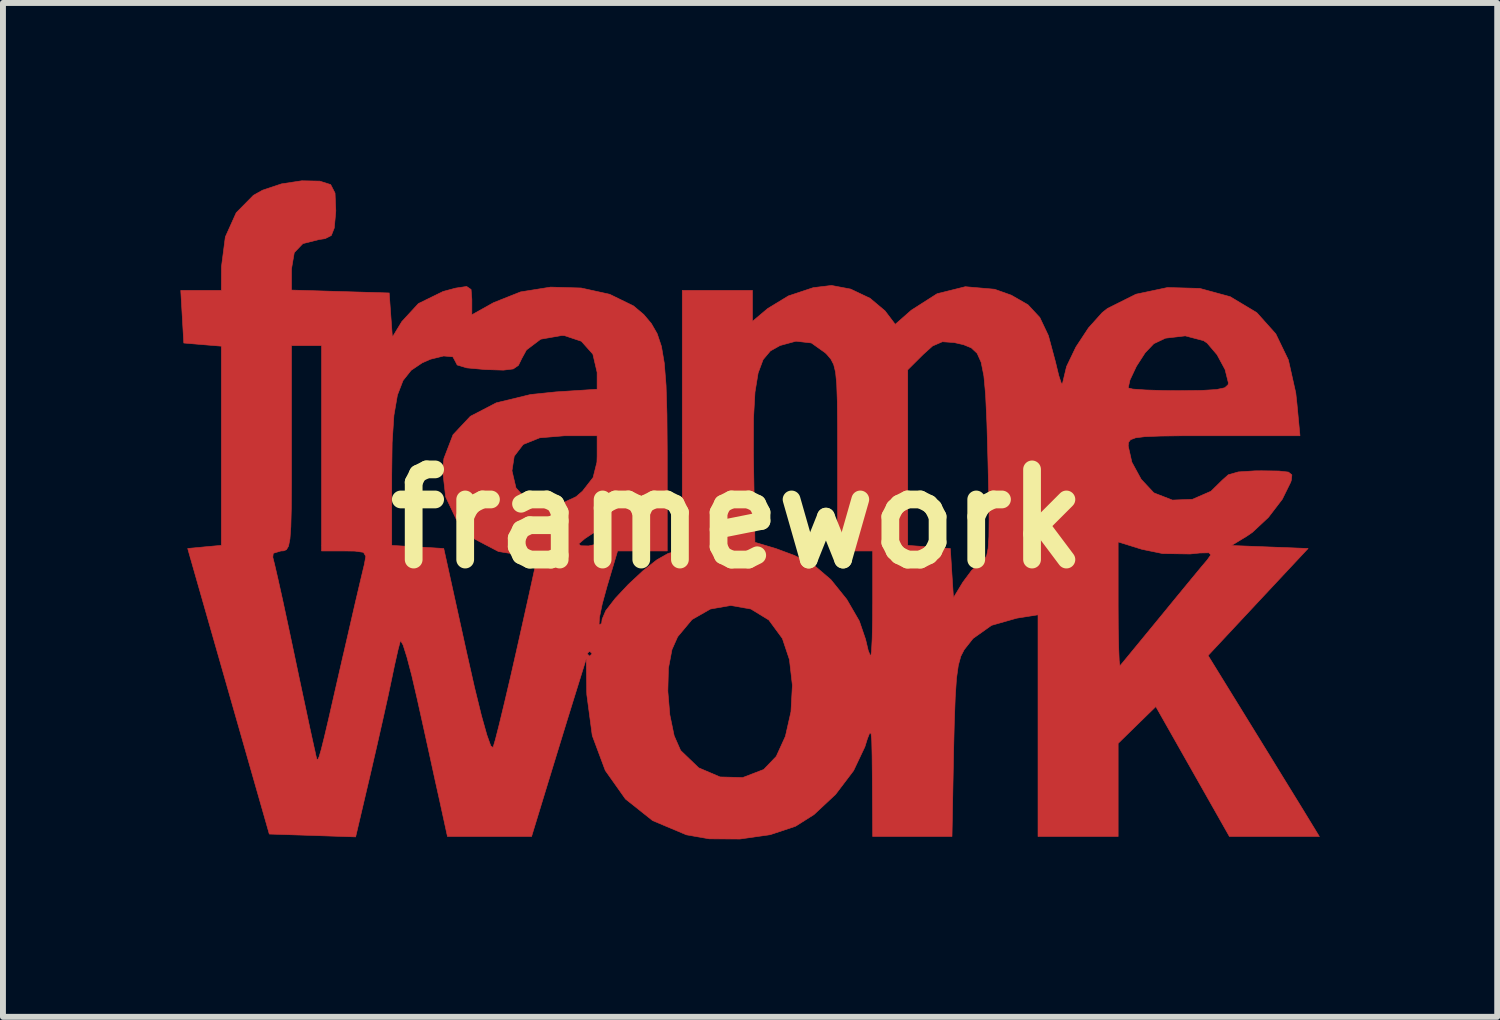
<source format=kicad_pcb>
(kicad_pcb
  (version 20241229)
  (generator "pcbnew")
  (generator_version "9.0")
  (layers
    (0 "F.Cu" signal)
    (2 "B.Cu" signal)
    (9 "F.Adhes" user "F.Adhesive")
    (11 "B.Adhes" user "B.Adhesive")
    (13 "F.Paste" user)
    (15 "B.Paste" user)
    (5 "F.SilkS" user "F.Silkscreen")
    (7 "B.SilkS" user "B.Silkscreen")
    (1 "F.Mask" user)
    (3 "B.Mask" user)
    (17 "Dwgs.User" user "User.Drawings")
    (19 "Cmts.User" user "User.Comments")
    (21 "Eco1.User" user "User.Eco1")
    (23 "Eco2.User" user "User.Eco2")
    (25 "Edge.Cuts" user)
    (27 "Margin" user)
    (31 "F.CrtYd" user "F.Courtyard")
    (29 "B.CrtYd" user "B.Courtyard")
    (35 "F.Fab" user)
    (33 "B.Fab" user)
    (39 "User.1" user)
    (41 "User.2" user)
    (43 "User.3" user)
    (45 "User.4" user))
  (footprint "framework"
    (layer "F.Cu")
    (at 9.42 5.717)
    (property "Reference" "framework" (at 0 0 0) (layer "F.SilkS") (effects (font (size 1.524 1.524) (thickness 0.3))))
    (attr through_hole)
    (fp_poly (pts (xy -7.066 -5.706) (xy -6.882 -5.648) (xy -6.808 -5.504) (xy -6.795 -5.205) (xy -6.798 -5.163) (xy -6.821 -4.914) (xy -6.871 -4.787) (xy -6.976 -4.734) (xy -7.078 -4.719) (xy -7.352 -4.65) (xy -7.497 -4.498) (xy -7.543 -4.229) (xy -7.544 -4.19) (xy -7.544 -3.865) (xy -5.893 -3.816) (xy -5.866 -3.443) (xy -5.839 -3.07) (xy -5.679 -3.333) (xy -5.399 -3.637) (xy -4.983 -3.841) (xy -4.771 -3.898) (xy -4.584 -3.926) (xy -4.509 -3.875) (xy -4.496 -3.708) (xy -4.496 -3.702) (xy -4.496 -3.447) (xy -4.128 -3.653) (xy -3.673 -3.834) (xy -3.165 -3.915) (xy -2.649 -3.9) (xy -2.167 -3.794) (xy -1.765 -3.598) (xy -1.592 -3.453) (xy -1.463 -3.3) (xy -1.364 -3.128) (xy -1.292 -2.913) (xy -1.244 -2.63) (xy -1.214 -2.255) (xy -1.199 -1.763) (xy -1.194 -1.129) (xy -1.194 -1.044) (xy -1.194 0.544) (xy -2.033 0.544) (xy -2.212 1.145) (xy -2.293 1.441) (xy -2.34 1.67) (xy -2.346 1.789) (xy -2.343 1.794) (xy -2.303 1.768) (xy -2.294 1.696) (xy -2.233 1.553) (xy -2.073 1.346) (xy -1.851 1.109) (xy -1.605 0.88) (xy -1.37 0.694) (xy -1.185 0.589) (xy -1.161 0.581) (xy -0.94 0.526) (xy -0.94 -1.113) (xy 0.262 -1.113) (xy 0.265 -0.923) (xy 0.288 0.398) (xy 0.641 0.503) (xy 0.951 0.618) (xy 1.252 0.767) (xy 1.292 0.79) (xy 1.571 1.028) (xy 1.84 1.362) (xy 2.052 1.728) (xy 2.158 2.038) (xy 2.203 2.228) (xy 2.241 2.32) (xy 2.245 2.322) (xy 2.258 2.243) (xy 2.269 2.03) (xy 2.276 1.717) (xy 2.277 1.455) (xy 6.426 1.455) (xy 6.428 1.853) (xy 6.435 2.178) (xy 6.444 2.399) (xy 6.456 2.485) (xy 6.457 2.484) (xy 6.52 2.409) (xy 6.668 2.229) (xy 6.88 1.971) (xy 7.134 1.662) (xy 7.148 1.645) (xy 7.414 1.32) (xy 7.651 1.032) (xy 7.832 0.813) (xy 7.932 0.695) (xy 7.992 0.61) (xy 7.96 0.575) (xy 7.808 0.578) (xy 7.643 0.595) (xy 7.178 0.588) (xy 6.828 0.516) (xy 6.426 0.391) (xy 6.426 1.455) (xy 2.277 1.455) (xy 2.278 1.433) (xy 2.278 0.544) (xy 1.685 0.544) (xy 1.685 -1.026) (xy 1.684 -1.578) (xy 1.68 -1.986) (xy 1.67 -2.276) (xy 1.651 -2.474) (xy 1.641 -2.517) (xy 2.87 -2.517) (xy 2.87 0.45) (xy 3.59 0.502) (xy 3.616 0.918) (xy 3.643 1.334) (xy 3.802 1.071) (xy 3.952 0.87) (xy 4.103 0.734) (xy 4.115 0.727) (xy 4.167 0.688) (xy 4.205 0.62) (xy 4.229 0.499) (xy 4.242 0.302) (xy 4.245 0.007) (xy 4.239 -0.409) (xy 4.226 -0.971) (xy 4.225 -1.011) (xy 4.208 -1.619) (xy 4.187 -2.079) (xy 4.176 -2.21) (xy 6.596 -2.21) (xy 6.674 -2.192) (xy 6.886 -2.177) (xy 7.196 -2.167) (xy 7.442 -2.165) (xy 7.835 -2.169) (xy 8.087 -2.184) (xy 8.227 -2.214) (xy 8.283 -2.264) (xy 8.289 -2.297) (xy 8.233 -2.522) (xy 8.098 -2.772) (xy 7.931 -2.968) (xy 7.87 -3.01) (xy 7.56 -3.091) (xy 7.226 -3.052) (xy 7.029 -2.959) (xy 6.883 -2.806) (xy 6.735 -2.577) (xy 6.626 -2.346) (xy 6.596 -2.21) (xy 4.176 -2.21) (xy 4.157 -2.414) (xy 4.111 -2.645) (xy 4.043 -2.796) (xy 3.945 -2.888) (xy 3.813 -2.942) (xy 3.656 -2.978) (xy 3.456 -2.992) (xy 3.29 -2.92) (xy 3.128 -2.774) (xy 2.87 -2.517) (xy 1.641 -2.517) (xy 1.619 -2.606) (xy 1.572 -2.697) (xy 1.507 -2.774) (xy 1.477 -2.804) (xy 1.242 -2.971) (xy 0.981 -3.001) (xy 0.713 -2.928) (xy 0.549 -2.836) (xy 0.426 -2.689) (xy 0.342 -2.464) (xy 0.289 -2.141) (xy 0.264 -1.697) (xy 0.262 -1.113) (xy -0.94 -1.113) (xy -0.94 -3.859) (xy 0.246 -3.859) (xy 0.246 -3.336) (xy 0.502 -3.552) (xy 0.853 -3.766) (xy 1.274 -3.906) (xy 1.582 -3.943) (xy 1.905 -3.882) (xy 2.234 -3.726) (xy 2.485 -3.515) (xy 2.5 -3.496) (xy 2.659 -3.286) (xy 2.931 -3.525) (xy 3.366 -3.803) (xy 3.843 -3.922) (xy 4.338 -3.879) (xy 4.62 -3.779) (xy 4.902 -3.617) (xy 5.102 -3.402) (xy 5.247 -3.097) (xy 5.364 -2.662) (xy 5.364 -2.662) (xy 5.423 -2.419) (xy 5.467 -2.286) (xy 5.488 -2.291) (xy 5.488 -2.297) (xy 5.554 -2.573) (xy 5.712 -2.902) (xy 5.925 -3.226) (xy 6.157 -3.484) (xy 6.245 -3.554) (xy 6.727 -3.795) (xy 7.261 -3.908) (xy 7.806 -3.893) (xy 8.32 -3.753) (xy 8.762 -3.488) (xy 8.776 -3.476) (xy 9.09 -3.125) (xy 9.303 -2.684) (xy 9.428 -2.126) (xy 9.448 -1.941) (xy 9.499 -1.403) (xy 8.047 -1.403) (xy 7.52 -1.403) (xy 7.139 -1.398) (xy 6.88 -1.388) (xy 6.72 -1.368) (xy 6.635 -1.336) (xy 6.601 -1.29) (xy 6.596 -1.23) (xy 6.658 -0.956) (xy 6.815 -0.668) (xy 7.023 -0.445) (xy 7.037 -0.435) (xy 7.343 -0.316) (xy 7.681 -0.329) (xy 7.994 -0.465) (xy 8.188 -0.655) (xy 8.288 -0.744) (xy 8.458 -0.792) (xy 8.74 -0.81) (xy 8.85 -0.811) (xy 9.144 -0.807) (xy 9.304 -0.789) (xy 9.362 -0.742) (xy 9.353 -0.653) (xy 9.343 -0.62) (xy 9.2 -0.33) (xy 8.965 -0.023) (xy 8.694 0.23) (xy 8.602 0.293) (xy 8.341 0.452) (xy 8.989 0.477) (xy 9.636 0.502) (xy 8.791 1.406) (xy 7.946 2.311) (xy 8.693 3.523) (xy 8.958 3.953) (xy 9.206 4.357) (xy 9.418 4.701) (xy 9.574 4.955) (xy 9.633 5.052) (xy 9.827 5.37) (xy 8.307 5.37) (xy 7.063 3.174) (xy 6.744 3.485) (xy 6.426 3.796) (xy 6.426 5.37) (xy 5.072 5.37) (xy 5.072 1.623) (xy 4.712 1.68) (xy 4.287 1.801) (xy 3.974 2.023) (xy 3.824 2.213) (xy 3.767 2.324) (xy 3.725 2.477) (xy 3.694 2.698) (xy 3.673 3.015) (xy 3.657 3.453) (xy 3.646 3.905) (xy 3.618 5.37) (xy 2.278 5.37) (xy 2.272 4.417) (xy 2.268 4.007) (xy 2.262 3.75) (xy 2.25 3.627) (xy 2.227 3.621) (xy 2.189 3.716) (xy 2.146 3.854) (xy 1.955 4.257) (xy 1.651 4.658) (xy 1.285 5) (xy 0.975 5.196) (xy 0.546 5.339) (xy 0.034 5.412) (xy -0.483 5.409) (xy -0.871 5.341) (xy -1.441 5.101) (xy -1.9 4.736) (xy -2.241 4.254) (xy -2.461 3.664) (xy -2.553 2.973) (xy -2.555 2.915) (xy -1.184 2.915) (xy -1.15 3.315) (xy -1.077 3.667) (xy -0.969 3.913) (xy -0.966 3.917) (xy -0.662 4.209) (xy -0.301 4.363) (xy 0.082 4.373) (xy 0.436 4.237) (xy 0.648 4.016) (xy 0.803 3.676) (xy 0.897 3.261) (xy 0.921 2.814) (xy 0.871 2.379) (xy 0.752 2.023) (xy 0.522 1.71) (xy 0.219 1.525) (xy -0.121 1.465) (xy -0.464 1.525) (xy -0.775 1.703) (xy -1.018 1.994) (xy -1.114 2.21) (xy -1.174 2.527) (xy -1.184 2.915) (xy -2.555 2.915) (xy -2.555 2.88) (xy -2.562 2.364) (xy -2.773 3.042) (xy -2.897 3.442) (xy -3.044 3.921) (xy -3.189 4.394) (xy -3.235 4.544) (xy -3.487 5.37) (xy -4.908 5.37) (xy -5.042 4.756) (xy -5.115 4.428) (xy -5.21 3.992) (xy -5.317 3.506) (xy -5.42 3.042) (xy -5.511 2.65) (xy -5.593 2.338) (xy -5.658 2.133) (xy -5.699 2.061) (xy -5.705 2.068) (xy -5.744 2.216) (xy -5.801 2.469) (xy -5.85 2.703) (xy -5.91 2.987) (xy -5.998 3.383) (xy -6.101 3.838) (xy -6.206 4.294) (xy -6.46 5.376) (xy -7.919 5.328) (xy -9.256 0.65) (xy -7.86 0.65) (xy -7.831 0.764) (xy -7.773 1.015) (xy -7.693 1.374) (xy -7.599 1.812) (xy -7.509 2.237) (xy -7.405 2.731) (xy -7.309 3.18) (xy -7.23 3.552) (xy -7.172 3.816) (xy -7.146 3.931) (xy -7.13 4.006) (xy -7.117 4.059) (xy -7.101 4.071) (xy -7.078 4.024) (xy -7.042 3.902) (xy -6.988 3.686) (xy -6.911 3.359) (xy -6.807 2.902) (xy -6.669 2.299) (xy -6.664 2.28) (xy -6.558 1.819) (xy -6.462 1.401) (xy -6.382 1.061) (xy -6.328 0.834) (xy -6.314 0.777) (xy -6.288 0.635) (xy -6.328 0.567) (xy -6.473 0.546) (xy -6.646 0.544) (xy -7.036 0.544) (xy -7.036 -0.739) (xy -5.85 -0.739) (xy -5.85 0.45) (xy -5.411 0.476) (xy -4.971 0.502) (xy -4.585 2.256) (xy -4.45 2.854) (xy -4.335 3.323) (xy -4.242 3.654) (xy -4.176 3.838) (xy -4.138 3.865) (xy -4.1 3.738) (xy -4.033 3.475) (xy -3.944 3.106) (xy -3.839 2.659) (xy -3.753 2.28) (xy -2.548 2.28) (xy -2.506 2.322) (xy -2.464 2.28) (xy -2.506 2.237) (xy -2.548 2.28) (xy -3.753 2.28) (xy -3.736 2.205) (xy -3.628 1.723) (xy -3.534 1.301) (xy -3.46 0.965) (xy -3.412 0.742) (xy -3.395 0.66) (xy -3.467 0.635) (xy -3.576 0.629) (xy -4.047 0.553) (xy -4.292 0.425) (xy -2.691 0.425) (xy -2.655 0.456) (xy -2.522 0.459) (xy -2.34 0.418) (xy -2.294 0.332) (xy -2.33 0.222) (xy -2.446 0.242) (xy -2.586 0.335) (xy -2.691 0.425) (xy -4.292 0.425) (xy -4.445 0.344) (xy -4.75 0.028) (xy -4.939 -0.371) (xy -4.989 -0.811) (xy -3.818 -0.811) (xy -3.75 -0.522) (xy -3.569 -0.323) (xy -3.314 -0.225) (xy -3.023 -0.238) (xy -2.735 -0.373) (xy -2.627 -0.466) (xy -2.447 -0.697) (xy -2.382 -0.957) (xy -2.379 -1.058) (xy -2.379 -1.403) (xy -2.929 -1.403) (xy -3.35 -1.368) (xy -3.628 -1.256) (xy -3.78 -1.057) (xy -3.818 -0.811) (xy -4.989 -0.811) (xy -4.991 -0.826) (xy -4.968 -1.02) (xy -4.814 -1.42) (xy -4.521 -1.732) (xy -4.084 -1.959) (xy -3.503 -2.1) (xy -3.078 -2.144) (xy -2.379 -2.189) (xy -2.379 -2.474) (xy -2.451 -2.782) (xy -2.645 -3) (xy -2.93 -3.095) (xy -2.977 -3.097) (xy -3.332 -3.035) (xy -3.573 -2.853) (xy -3.653 -2.707) (xy -3.709 -2.592) (xy -3.797 -2.532) (xy -3.962 -2.512) (xy -4.248 -2.521) (xy -4.262 -2.521) (xy -4.581 -2.55) (xy -4.744 -2.599) (xy -4.771 -2.652) (xy -4.817 -2.737) (xy -4.972 -2.751) (xy -5.193 -2.697) (xy -5.335 -2.635) (xy -5.522 -2.509) (xy -5.659 -2.336) (xy -5.754 -2.09) (xy -5.813 -1.748) (xy -5.843 -1.285) (xy -5.85 -0.739) (xy -7.036 -0.739) (xy -7.036 -2.927) (xy -7.544 -2.927) (xy -7.544 -1.192) (xy -7.544 -0.609) (xy -7.547 -0.174) (xy -7.555 0.136) (xy -7.57 0.34) (xy -7.594 0.462) (xy -7.629 0.522) (xy -7.677 0.542) (xy -7.722 0.544) (xy -7.852 0.583) (xy -7.86 0.65) (xy -9.256 0.65) (xy -9.298 0.502) (xy -9.014 0.475) (xy -8.729 0.449) (xy -8.729 -2.917) (xy -9.047 -2.943) (xy -9.364 -2.97) (xy -9.415 -3.859) (xy -8.729 -3.859) (xy -8.727 -4.261) (xy -8.662 -4.763) (xy -8.478 -5.172) (xy -8.187 -5.467) (xy -8.033 -5.553) (xy -7.712 -5.66) (xy -7.369 -5.712) (xy -7.066 -5.706)) (stroke (width 0.01) (type solid)) (fill yes) (layer "F.Cu"))
    (fp_poly (pts (xy -7.066 -5.706) (xy -6.882 -5.648) (xy -6.808 -5.504) (xy -6.795 -5.205) (xy -6.798 -5.163) (xy -6.821 -4.914) (xy -6.871 -4.787) (xy -6.976 -4.734) (xy -7.078 -4.719) (xy -7.352 -4.65) (xy -7.497 -4.498) (xy -7.543 -4.229) (xy -7.544 -4.19) (xy -7.544 -3.865) (xy -5.893 -3.816) (xy -5.866 -3.443) (xy -5.839 -3.07) (xy -5.679 -3.333) (xy -5.399 -3.637) (xy -4.983 -3.841) (xy -4.771 -3.898) (xy -4.584 -3.926) (xy -4.509 -3.875) (xy -4.496 -3.708) (xy -4.496 -3.702) (xy -4.496 -3.447) (xy -4.128 -3.653) (xy -3.673 -3.834) (xy -3.165 -3.915) (xy -2.649 -3.9) (xy -2.167 -3.794) (xy -1.765 -3.598) (xy -1.592 -3.453) (xy -1.463 -3.3) (xy -1.364 -3.128) (xy -1.292 -2.913) (xy -1.244 -2.63) (xy -1.214 -2.255) (xy -1.199 -1.763) (xy -1.194 -1.129) (xy -1.194 -1.044) (xy -1.194 0.544) (xy -2.033 0.544) (xy -2.212 1.145) (xy -2.293 1.441) (xy -2.34 1.67) (xy -2.346 1.789) (xy -2.343 1.794) (xy -2.303 1.768) (xy -2.294 1.696) (xy -2.233 1.553) (xy -2.073 1.346) (xy -1.851 1.109) (xy -1.605 0.88) (xy -1.37 0.694) (xy -1.185 0.589) (xy -1.161 0.581) (xy -0.94 0.526) (xy -0.94 -1.113) (xy 0.262 -1.113) (xy 0.265 -0.923) (xy 0.288 0.398) (xy 0.641 0.503) (xy 0.951 0.618) (xy 1.252 0.767) (xy 1.292 0.79) (xy 1.571 1.028) (xy 1.84 1.362) (xy 2.052 1.728) (xy 2.158 2.038) (xy 2.203 2.228) (xy 2.241 2.32) (xy 2.245 2.322) (xy 2.258 2.243) (xy 2.269 2.03) (xy 2.276 1.717) (xy 2.277 1.455) (xy 6.426 1.455) (xy 6.428 1.853) (xy 6.435 2.178) (xy 6.444 2.399) (xy 6.456 2.485) (xy 6.457 2.484) (xy 6.52 2.409) (xy 6.668 2.229) (xy 6.88 1.971) (xy 7.134 1.662) (xy 7.148 1.645) (xy 7.414 1.32) (xy 7.651 1.032) (xy 7.832 0.813) (xy 7.932 0.695) (xy 7.992 0.61) (xy 7.96 0.575) (xy 7.808 0.578) (xy 7.643 0.595) (xy 7.178 0.588) (xy 6.828 0.516) (xy 6.426 0.391) (xy 6.426 1.455) (xy 2.277 1.455) (xy 2.278 1.433) (xy 2.278 0.544) (xy 1.685 0.544) (xy 1.685 -1.026) (xy 1.684 -1.578) (xy 1.68 -1.986) (xy 1.67 -2.276) (xy 1.651 -2.474) (xy 1.641 -2.517) (xy 2.87 -2.517) (xy 2.87 0.45) (xy 3.59 0.502) (xy 3.616 0.918) (xy 3.643 1.334) (xy 3.802 1.071) (xy 3.952 0.87) (xy 4.103 0.734) (xy 4.115 0.727) (xy 4.167 0.688) (xy 4.205 0.62) (xy 4.229 0.499) (xy 4.242 0.302) (xy 4.245 0.007) (xy 4.239 -0.409) (xy 4.226 -0.971) (xy 4.225 -1.011) (xy 4.208 -1.619) (xy 4.187 -2.079) (xy 4.176 -2.21) (xy 6.596 -2.21) (xy 6.674 -2.192) (xy 6.886 -2.177) (xy 7.196 -2.167) (xy 7.442 -2.165) (xy 7.835 -2.169) (xy 8.087 -2.184) (xy 8.227 -2.214) (xy 8.283 -2.264) (xy 8.289 -2.297) (xy 8.233 -2.522) (xy 8.098 -2.772) (xy 7.931 -2.968) (xy 7.87 -3.01) (xy 7.56 -3.091) (xy 7.226 -3.052) (xy 7.029 -2.959) (xy 6.883 -2.806) (xy 6.735 -2.577) (xy 6.626 -2.346) (xy 6.596 -2.21) (xy 4.176 -2.21) (xy 4.157 -2.414) (xy 4.111 -2.645) (xy 4.043 -2.796) (xy 3.945 -2.888) (xy 3.813 -2.942) (xy 3.656 -2.978) (xy 3.456 -2.992) (xy 3.29 -2.92) (xy 3.128 -2.774) (xy 2.87 -2.517) (xy 1.641 -2.517) (xy 1.619 -2.606) (xy 1.572 -2.697) (xy 1.507 -2.774) (xy 1.477 -2.804) (xy 1.242 -2.971) (xy 0.981 -3.001) (xy 0.713 -2.928) (xy 0.549 -2.836) (xy 0.426 -2.689) (xy 0.342 -2.464) (xy 0.289 -2.141) (xy 0.264 -1.697) (xy 0.262 -1.113) (xy -0.94 -1.113) (xy -0.94 -3.859) (xy 0.246 -3.859) (xy 0.246 -3.336) (xy 0.502 -3.552) (xy 0.853 -3.766) (xy 1.274 -3.906) (xy 1.582 -3.943) (xy 1.905 -3.882) (xy 2.234 -3.726) (xy 2.485 -3.515) (xy 2.5 -3.496) (xy 2.659 -3.286) (xy 2.931 -3.525) (xy 3.366 -3.803) (xy 3.843 -3.922) (xy 4.338 -3.879) (xy 4.62 -3.779) (xy 4.902 -3.617) (xy 5.102 -3.402) (xy 5.247 -3.097) (xy 5.364 -2.662) (xy 5.364 -2.662) (xy 5.423 -2.419) (xy 5.467 -2.286) (xy 5.488 -2.291) (xy 5.488 -2.297) (xy 5.554 -2.573) (xy 5.712 -2.902) (xy 5.925 -3.226) (xy 6.157 -3.484) (xy 6.245 -3.554) (xy 6.727 -3.795) (xy 7.261 -3.908) (xy 7.806 -3.893) (xy 8.32 -3.753) (xy 8.762 -3.488) (xy 8.776 -3.476) (xy 9.09 -3.125) (xy 9.303 -2.684) (xy 9.428 -2.126) (xy 9.448 -1.941) (xy 9.499 -1.403) (xy 8.047 -1.403) (xy 7.52 -1.403) (xy 7.139 -1.398) (xy 6.88 -1.388) (xy 6.72 -1.368) (xy 6.635 -1.336) (xy 6.601 -1.29) (xy 6.596 -1.23) (xy 6.658 -0.956) (xy 6.815 -0.668) (xy 7.023 -0.445) (xy 7.037 -0.435) (xy 7.343 -0.316) (xy 7.681 -0.329) (xy 7.994 -0.465) (xy 8.188 -0.655) (xy 8.288 -0.744) (xy 8.458 -0.792) (xy 8.74 -0.81) (xy 8.85 -0.811) (xy 9.144 -0.807) (xy 9.304 -0.789) (xy 9.362 -0.742) (xy 9.353 -0.653) (xy 9.343 -0.62) (xy 9.2 -0.33) (xy 8.965 -0.023) (xy 8.694 0.23) (xy 8.602 0.293) (xy 8.341 0.452) (xy 8.989 0.477) (xy 9.636 0.502) (xy 8.791 1.406) (xy 7.946 2.311) (xy 8.693 3.523) (xy 8.958 3.953) (xy 9.206 4.357) (xy 9.418 4.701) (xy 9.574 4.955) (xy 9.633 5.052) (xy 9.827 5.37) (xy 8.307 5.37) (xy 7.063 3.174) (xy 6.744 3.485) (xy 6.426 3.796) (xy 6.426 5.37) (xy 5.072 5.37) (xy 5.072 1.623) (xy 4.712 1.68) (xy 4.287 1.801) (xy 3.974 2.023) (xy 3.824 2.213) (xy 3.767 2.324) (xy 3.725 2.477) (xy 3.694 2.698) (xy 3.673 3.015) (xy 3.657 3.453) (xy 3.646 3.905) (xy 3.618 5.37) (xy 2.278 5.37) (xy 2.272 4.417) (xy 2.268 4.007) (xy 2.262 3.75) (xy 2.25 3.627) (xy 2.227 3.621) (xy 2.189 3.716) (xy 2.146 3.854) (xy 1.955 4.257) (xy 1.651 4.658) (xy 1.285 5) (xy 0.975 5.196) (xy 0.546 5.339) (xy 0.034 5.412) (xy -0.483 5.409) (xy -0.871 5.341) (xy -1.441 5.101) (xy -1.9 4.736) (xy -2.241 4.254) (xy -2.461 3.664) (xy -2.553 2.973) (xy -2.555 2.915) (xy -1.184 2.915) (xy -1.15 3.315) (xy -1.077 3.667) (xy -0.969 3.913) (xy -0.966 3.917) (xy -0.662 4.209) (xy -0.301 4.363) (xy 0.082 4.373) (xy 0.436 4.237) (xy 0.648 4.016) (xy 0.803 3.676) (xy 0.897 3.261) (xy 0.921 2.814) (xy 0.871 2.379) (xy 0.752 2.023) (xy 0.522 1.71) (xy 0.219 1.525) (xy -0.121 1.465) (xy -0.464 1.525) (xy -0.775 1.703) (xy -1.018 1.994) (xy -1.114 2.21) (xy -1.174 2.527) (xy -1.184 2.915) (xy -2.555 2.915) (xy -2.555 2.88) (xy -2.562 2.364) (xy -2.773 3.042) (xy -2.897 3.442) (xy -3.044 3.921) (xy -3.189 4.394) (xy -3.235 4.544) (xy -3.487 5.37) (xy -4.908 5.37) (xy -5.042 4.756) (xy -5.115 4.428) (xy -5.21 3.992) (xy -5.317 3.506) (xy -5.42 3.042) (xy -5.511 2.65) (xy -5.593 2.338) (xy -5.658 2.133) (xy -5.699 2.061) (xy -5.705 2.068) (xy -5.744 2.216) (xy -5.801 2.469) (xy -5.85 2.703) (xy -5.91 2.987) (xy -5.998 3.383) (xy -6.101 3.838) (xy -6.206 4.294) (xy -6.46 5.376) (xy -7.919 5.328) (xy -9.256 0.65) (xy -7.86 0.65) (xy -7.831 0.764) (xy -7.773 1.015) (xy -7.693 1.374) (xy -7.599 1.812) (xy -7.509 2.237) (xy -7.405 2.731) (xy -7.309 3.18) (xy -7.23 3.552) (xy -7.172 3.816) (xy -7.146 3.931) (xy -7.13 4.006) (xy -7.117 4.059) (xy -7.101 4.071) (xy -7.078 4.024) (xy -7.042 3.902) (xy -6.988 3.686) (xy -6.911 3.359) (xy -6.807 2.902) (xy -6.669 2.299) (xy -6.664 2.28) (xy -6.558 1.819) (xy -6.462 1.401) (xy -6.382 1.061) (xy -6.328 0.834) (xy -6.314 0.777) (xy -6.288 0.635) (xy -6.328 0.567) (xy -6.473 0.546) (xy -6.646 0.544) (xy -7.036 0.544) (xy -7.036 -0.739) (xy -5.85 -0.739) (xy -5.85 0.45) (xy -5.411 0.476) (xy -4.971 0.502) (xy -4.585 2.256) (xy -4.45 2.854) (xy -4.335 3.323) (xy -4.242 3.654) (xy -4.176 3.838) (xy -4.138 3.865) (xy -4.1 3.738) (xy -4.033 3.475) (xy -3.944 3.106) (xy -3.839 2.659) (xy -3.753 2.28) (xy -2.548 2.28) (xy -2.506 2.322) (xy -2.464 2.28) (xy -2.506 2.237) (xy -2.548 2.28) (xy -3.753 2.28) (xy -3.736 2.205) (xy -3.628 1.723) (xy -3.534 1.301) (xy -3.46 0.965) (xy -3.412 0.742) (xy -3.395 0.66) (xy -3.467 0.635) (xy -3.576 0.629) (xy -4.047 0.553) (xy -4.292 0.425) (xy -2.691 0.425) (xy -2.655 0.456) (xy -2.522 0.459) (xy -2.34 0.418) (xy -2.294 0.332) (xy -2.33 0.222) (xy -2.446 0.242) (xy -2.586 0.335) (xy -2.691 0.425) (xy -4.292 0.425) (xy -4.445 0.344) (xy -4.75 0.028) (xy -4.939 -0.371) (xy -4.989 -0.811) (xy -3.818 -0.811) (xy -3.75 -0.522) (xy -3.569 -0.323) (xy -3.314 -0.225) (xy -3.023 -0.238) (xy -2.735 -0.373) (xy -2.627 -0.466) (xy -2.447 -0.697) (xy -2.382 -0.957) (xy -2.379 -1.058) (xy -2.379 -1.403) (xy -2.929 -1.403) (xy -3.35 -1.368) (xy -3.628 -1.256) (xy -3.78 -1.057) (xy -3.818 -0.811) (xy -4.989 -0.811) (xy -4.991 -0.826) (xy -4.968 -1.02) (xy -4.814 -1.42) (xy -4.521 -1.732) (xy -4.084 -1.959) (xy -3.503 -2.1) (xy -3.078 -2.144) (xy -2.379 -2.189) (xy -2.379 -2.474) (xy -2.451 -2.782) (xy -2.645 -3) (xy -2.93 -3.095) (xy -2.977 -3.097) (xy -3.332 -3.035) (xy -3.573 -2.853) (xy -3.653 -2.707) (xy -3.709 -2.592) (xy -3.797 -2.532) (xy -3.962 -2.512) (xy -4.248 -2.521) (xy -4.262 -2.521) (xy -4.581 -2.55) (xy -4.744 -2.599) (xy -4.771 -2.652) (xy -4.817 -2.737) (xy -4.972 -2.751) (xy -5.193 -2.697) (xy -5.335 -2.635) (xy -5.522 -2.509) (xy -5.659 -2.336) (xy -5.754 -2.09) (xy -5.813 -1.748) (xy -5.843 -1.285) (xy -5.85 -0.739) (xy -7.036 -0.739) (xy -7.036 -2.927) (xy -7.544 -2.927) (xy -7.544 -1.192) (xy -7.544 -0.609) (xy -7.547 -0.174) (xy -7.555 0.136) (xy -7.57 0.34) (xy -7.594 0.462) (xy -7.629 0.522) (xy -7.677 0.542) (xy -7.722 0.544) (xy -7.852 0.583) (xy -7.86 0.65) (xy -9.256 0.65) (xy -9.298 0.502) (xy -9.014 0.475) (xy -8.729 0.449) (xy -8.729 -2.917) (xy -9.047 -2.943) (xy -9.364 -2.97) (xy -9.415 -3.859) (xy -8.729 -3.859) (xy -8.727 -4.261) (xy -8.662 -4.763) (xy -8.478 -5.172) (xy -8.187 -5.467) (xy -8.033 -5.553) (xy -7.712 -5.66) (xy -7.369 -5.712) (xy -7.066 -5.706)) (stroke (width 0.01) (type solid)) (fill yes) (layer "F.Mask")))
  (gr_rect
    (start -3 -3)
    (end 22.252 14.134)
    (stroke (width 0.1) (type default))
    (fill no)
    (layer "Edge.Cuts")))
</source>
